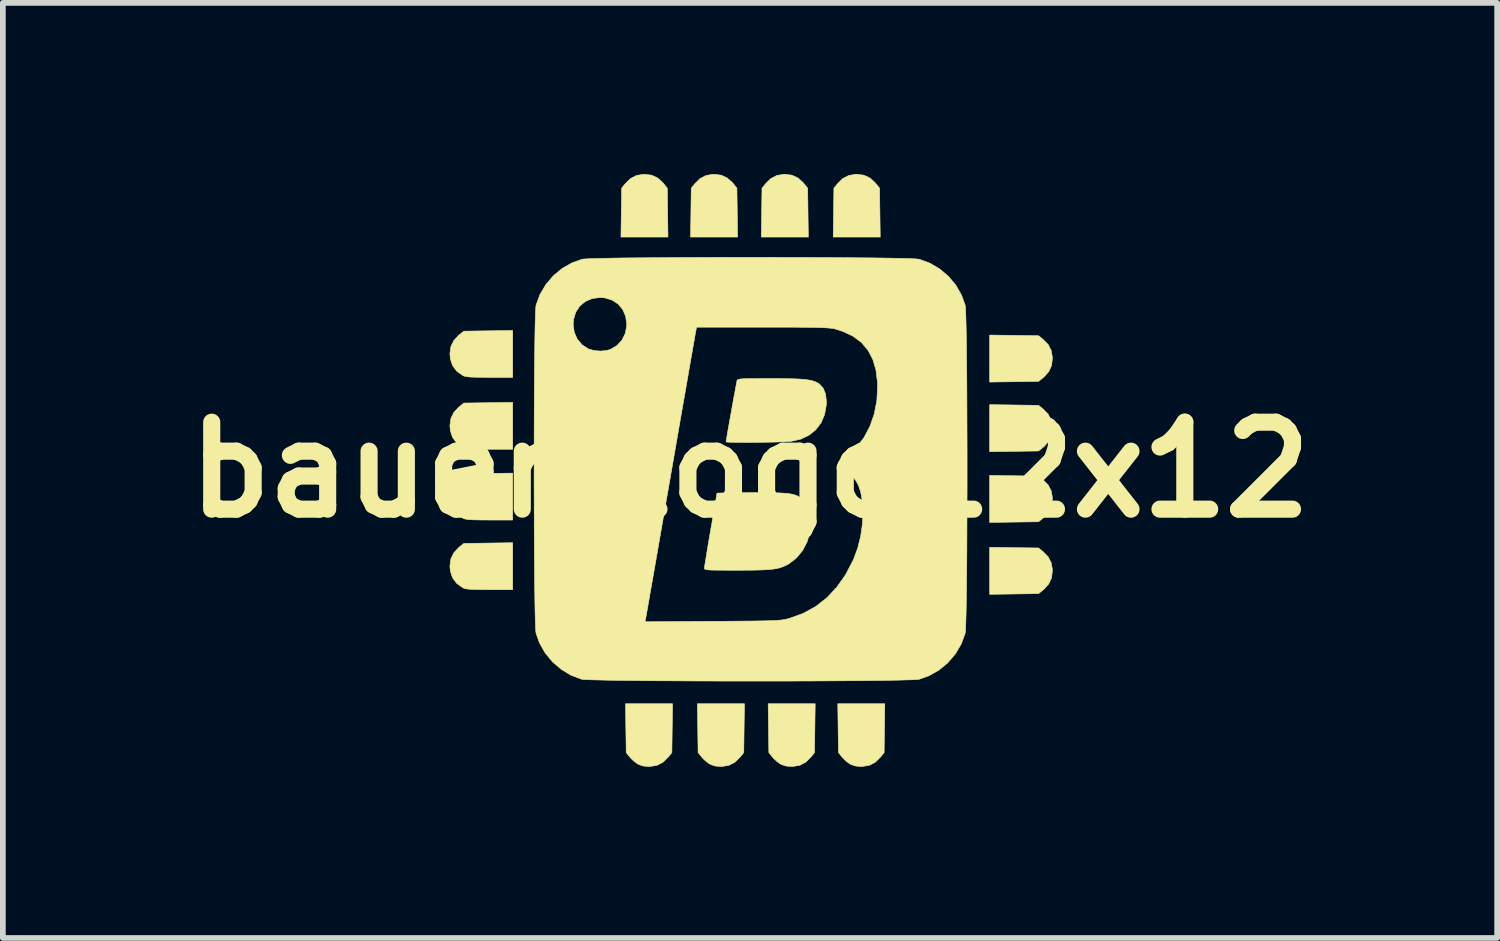
<source format=kicad_pcb>
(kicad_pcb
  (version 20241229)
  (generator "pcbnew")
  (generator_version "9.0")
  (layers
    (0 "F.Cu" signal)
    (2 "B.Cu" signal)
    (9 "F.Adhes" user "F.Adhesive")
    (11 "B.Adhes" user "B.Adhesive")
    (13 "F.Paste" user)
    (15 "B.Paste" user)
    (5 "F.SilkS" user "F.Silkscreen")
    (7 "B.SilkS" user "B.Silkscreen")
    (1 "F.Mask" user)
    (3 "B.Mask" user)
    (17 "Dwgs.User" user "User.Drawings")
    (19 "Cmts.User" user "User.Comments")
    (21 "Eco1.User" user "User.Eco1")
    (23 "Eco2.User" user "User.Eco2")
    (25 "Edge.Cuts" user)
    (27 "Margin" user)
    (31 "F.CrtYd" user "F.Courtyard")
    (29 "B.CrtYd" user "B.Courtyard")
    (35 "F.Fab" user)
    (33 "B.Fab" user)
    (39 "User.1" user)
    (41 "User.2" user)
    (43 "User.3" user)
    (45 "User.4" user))
  (footprint "bauerslogo12x12"
    (layer "F.Cu")
    (at 10.095 5.184)
    (property "Reference" "bauerslogo12x12" (at 0 0 0) (layer "F.SilkS") (effects (font (size 1.524 1.524) (thickness 0.3))))
    (attr through_hole)
    (fp_poly (pts (xy -1.726 -5.164) (xy -1.62 -5.115) (xy -1.526 -5.031) (xy -1.512 -5.013) (xy -1.45 -4.936) (xy -1.438 -4.08) (xy -2.262 -4.08) (xy -2.256 -4.508) (xy -2.25 -4.936) (xy -2.188 -5.013) (xy -2.096 -5.104) (xy -1.992 -5.158) (xy -1.872 -5.179) (xy -1.85 -5.179) (xy -1.726 -5.164)) (stroke (width 0.01) (type solid)) (fill yes) (layer "F.SilkS"))
    (fp_poly (pts (xy -0.506 -5.164) (xy -0.4 -5.115) (xy -0.306 -5.031) (xy -0.292 -5.013) (xy -0.23 -4.936) (xy -0.218 -4.08) (xy -1.042 -4.08) (xy -1.036 -4.508) (xy -1.03 -4.936) (xy -0.968 -5.013) (xy -0.876 -5.104) (xy -0.772 -5.158) (xy -0.652 -5.179) (xy -0.63 -5.179) (xy -0.506 -5.164)) (stroke (width 0.01) (type solid)) (fill yes) (layer "F.SilkS"))
    (fp_poly (pts (xy 0.734 -5.164) (xy 0.84 -5.115) (xy 0.934 -5.031) (xy 0.948 -5.013) (xy 1.01 -4.936) (xy 1.022 -4.08) (xy 0.198 -4.08) (xy 0.204 -4.508) (xy 0.21 -4.936) (xy 0.272 -5.013) (xy 0.364 -5.104) (xy 0.468 -5.158) (xy 0.588 -5.179) (xy 0.61 -5.179) (xy 0.734 -5.164)) (stroke (width 0.01) (type solid)) (fill yes) (layer "F.SilkS"))
    (fp_poly (pts (xy 1.994 -5.164) (xy 2.1 -5.115) (xy 2.194 -5.031) (xy 2.208 -5.013) (xy 2.27 -4.936) (xy 2.282 -4.08) (xy 1.458 -4.08) (xy 1.464 -4.508) (xy 1.47 -4.936) (xy 1.532 -5.013) (xy 1.624 -5.104) (xy 1.728 -5.158) (xy 1.848 -5.179) (xy 1.87 -5.179) (xy 1.994 -5.164)) (stroke (width 0.01) (type solid)) (fill yes) (layer "F.SilkS"))
    (fp_poly (pts (xy 4.628 -2.356) (xy 5.056 -2.35) (xy 5.133 -2.288) (xy 5.224 -2.196) (xy 5.278 -2.092) (xy 5.299 -1.972) (xy 5.299 -1.95) (xy 5.284 -1.826) (xy 5.235 -1.72) (xy 5.151 -1.626) (xy 5.133 -1.612) (xy 5.056 -1.55) (xy 4.628 -1.544) (xy 4.2 -1.538) (xy 4.2 -2.362) (xy 4.628 -2.356)) (stroke (width 0.01) (type solid)) (fill yes) (layer "F.SilkS"))
    (fp_poly (pts (xy 4.628 -1.136) (xy 5.056 -1.13) (xy 5.133 -1.068) (xy 5.224 -0.976) (xy 5.278 -0.872) (xy 5.299 -0.752) (xy 5.299 -0.73) (xy 5.284 -0.606) (xy 5.235 -0.5) (xy 5.151 -0.406) (xy 5.133 -0.392) (xy 5.056 -0.33) (xy 4.628 -0.324) (xy 4.2 -0.318) (xy 4.2 -1.142) (xy 4.628 -1.136)) (stroke (width 0.01) (type solid)) (fill yes) (layer "F.SilkS"))
    (fp_poly (pts (xy 4.628 0.104) (xy 5.056 0.11) (xy 5.133 0.172) (xy 5.224 0.264) (xy 5.278 0.368) (xy 5.299 0.488) (xy 5.299 0.51) (xy 5.284 0.634) (xy 5.235 0.74) (xy 5.151 0.834) (xy 5.133 0.848) (xy 5.056 0.91) (xy 4.628 0.916) (xy 4.2 0.922) (xy 4.2 0.098) (xy 4.628 0.104)) (stroke (width 0.01) (type solid)) (fill yes) (layer "F.SilkS"))
    (fp_poly (pts (xy 4.628 1.364) (xy 5.056 1.37) (xy 5.133 1.432) (xy 5.224 1.524) (xy 5.278 1.628) (xy 5.299 1.748) (xy 5.299 1.77) (xy 5.284 1.894) (xy 5.235 2) (xy 5.151 2.094) (xy 5.133 2.108) (xy 5.056 2.17) (xy 4.628 2.176) (xy 4.2 2.182) (xy 4.2 1.358) (xy 4.628 1.364)) (stroke (width 0.01) (type solid)) (fill yes) (layer "F.SilkS"))
    (fp_poly (pts (xy -1.364 4.528) (xy -1.37 4.956) (xy -1.432 5.033) (xy -1.524 5.124) (xy -1.628 5.178) (xy -1.748 5.199) (xy -1.77 5.199) (xy -1.867 5.192) (xy -1.944 5.167) (xy -1.968 5.155) (xy -2.031 5.11) (xy -2.092 5.052) (xy -2.108 5.033) (xy -2.17 4.956) (xy -2.176 4.528) (xy -2.182 4.1) (xy -1.358 4.1) (xy -1.364 4.528)) (stroke (width 0.01) (type solid)) (fill yes) (layer "F.SilkS"))
    (fp_poly (pts (xy -0.104 4.528) (xy -0.11 4.956) (xy -0.172 5.033) (xy -0.264 5.124) (xy -0.368 5.178) (xy -0.488 5.199) (xy -0.51 5.199) (xy -0.607 5.192) (xy -0.684 5.167) (xy -0.708 5.155) (xy -0.771 5.11) (xy -0.832 5.052) (xy -0.848 5.033) (xy -0.91 4.956) (xy -0.916 4.528) (xy -0.922 4.1) (xy -0.098 4.1) (xy -0.104 4.528)) (stroke (width 0.01) (type solid)) (fill yes) (layer "F.SilkS"))
    (fp_poly (pts (xy 1.136 4.528) (xy 1.13 4.956) (xy 1.068 5.033) (xy 0.976 5.124) (xy 0.872 5.178) (xy 0.752 5.199) (xy 0.73 5.199) (xy 0.633 5.192) (xy 0.556 5.167) (xy 0.532 5.155) (xy 0.469 5.11) (xy 0.408 5.052) (xy 0.392 5.033) (xy 0.33 4.956) (xy 0.324 4.528) (xy 0.318 4.1) (xy 1.142 4.1) (xy 1.136 4.528)) (stroke (width 0.01) (type solid)) (fill yes) (layer "F.SilkS"))
    (fp_poly (pts (xy 2.356 4.528) (xy 2.35 4.956) (xy 2.288 5.033) (xy 2.196 5.124) (xy 2.092 5.178) (xy 1.972 5.199) (xy 1.95 5.199) (xy 1.853 5.192) (xy 1.776 5.167) (xy 1.752 5.155) (xy 1.689 5.11) (xy 1.628 5.052) (xy 1.612 5.033) (xy 1.55 4.956) (xy 1.544 4.528) (xy 1.538 4.1) (xy 2.362 4.1) (xy 2.356 4.528)) (stroke (width 0.01) (type solid)) (fill yes) (layer "F.SilkS"))
    (fp_poly (pts (xy -4.16 -1.62) (xy -4.565 -1.62) (xy -4.71 -1.621) (xy -4.821 -1.623) (xy -4.903 -1.626) (xy -4.961 -1.632) (xy -5.002 -1.64) (xy -5.03 -1.651) (xy -5.138 -1.727) (xy -5.212 -1.825) (xy -5.252 -1.944) (xy -5.26 -2.034) (xy -5.243 -2.158) (xy -5.192 -2.265) (xy -5.104 -2.359) (xy -5.093 -2.368) (xy -5.016 -2.43) (xy -4.588 -2.436) (xy -4.16 -2.442) (xy -4.16 -1.62)) (stroke (width 0.01) (type solid)) (fill yes) (layer "F.SilkS"))
    (fp_poly (pts (xy -4.16 -0.36) (xy -4.565 -0.36) (xy -4.71 -0.361) (xy -4.821 -0.363) (xy -4.903 -0.366) (xy -4.961 -0.372) (xy -5.002 -0.38) (xy -5.03 -0.391) (xy -5.138 -0.467) (xy -5.212 -0.565) (xy -5.252 -0.684) (xy -5.26 -0.774) (xy -5.243 -0.898) (xy -5.192 -1.005) (xy -5.104 -1.099) (xy -5.093 -1.108) (xy -5.016 -1.17) (xy -4.588 -1.176) (xy -4.16 -1.182) (xy -4.16 -0.36)) (stroke (width 0.01) (type solid)) (fill yes) (layer "F.SilkS"))
    (fp_poly (pts (xy -4.16 0.88) (xy -4.565 0.88) (xy -4.71 0.879) (xy -4.821 0.877) (xy -4.903 0.874) (xy -4.961 0.868) (xy -5.002 0.86) (xy -5.03 0.849) (xy -5.138 0.773) (xy -5.212 0.675) (xy -5.252 0.556) (xy -5.26 0.466) (xy -5.243 0.342) (xy -5.192 0.235) (xy -5.104 0.141) (xy -5.093 0.132) (xy -5.016 0.07) (xy -4.588 0.064) (xy -4.16 0.058) (xy -4.16 0.88)) (stroke (width 0.01) (type solid)) (fill yes) (layer "F.SilkS"))
    (fp_poly (pts (xy -4.16 2.1) (xy -4.565 2.1) (xy -4.71 2.099) (xy -4.821 2.097) (xy -4.903 2.094) (xy -4.961 2.088) (xy -5.002 2.08) (xy -5.03 2.069) (xy -5.138 1.993) (xy -5.212 1.895) (xy -5.252 1.776) (xy -5.26 1.686) (xy -5.243 1.562) (xy -5.192 1.455) (xy -5.104 1.361) (xy -5.093 1.352) (xy -5.016 1.29) (xy -4.588 1.284) (xy -4.16 1.278) (xy -4.16 2.1)) (stroke (width 0.01) (type solid)) (fill yes) (layer "F.SilkS"))
    (fp_poly (pts (xy 0.356 -1.6) (xy 0.554 -1.599) (xy 0.716 -1.596) (xy 0.847 -1.592) (xy 0.951 -1.584) (xy 1.034 -1.573) (xy 1.099 -1.559) (xy 1.152 -1.54) (xy 1.196 -1.516) (xy 1.216 -1.503) (xy 1.282 -1.431) (xy 1.323 -1.33) (xy 1.338 -1.201) (xy 1.336 -1.135) (xy 1.307 -0.969) (xy 1.245 -0.824) (xy 1.152 -0.702) (xy 1.031 -0.605) (xy 0.883 -0.536) (xy 0.73 -0.501) (xy 0.679 -0.496) (xy 0.6 -0.492) (xy 0.498 -0.488) (xy 0.381 -0.485) (xy 0.253 -0.483) (xy 0.121 -0.481) (xy -0.009 -0.48) (xy -0.131 -0.48) (xy -0.239 -0.481) (xy -0.327 -0.483) (xy -0.389 -0.485) (xy -0.418 -0.489) (xy -0.42 -0.491) (xy -0.417 -0.514) (xy -0.407 -0.571) (xy -0.393 -0.655) (xy -0.375 -0.758) (xy -0.354 -0.876) (xy -0.331 -1.002) (xy -0.309 -1.128) (xy -0.287 -1.25) (xy -0.266 -1.361) (xy -0.249 -1.453) (xy -0.236 -1.522) (xy -0.229 -1.56) (xy -0.228 -1.565) (xy -0.222 -1.575) (xy -0.209 -1.583) (xy -0.185 -1.589) (xy -0.144 -1.594) (xy -0.083 -1.597) (xy 0.002 -1.598) (xy 0.117 -1.599) (xy 0.265 -1.6) (xy 0.356 -1.6)) (stroke (width 0.01) (type solid)) (fill yes) (layer "F.SilkS"))
    (fp_poly (pts (xy 0.23 0.4) (xy 0.388 0.402) (xy 0.515 0.405) (xy 0.616 0.411) (xy 0.695 0.42) (xy 0.758 0.432) (xy 0.809 0.448) (xy 0.852 0.469) (xy 0.892 0.496) (xy 0.911 0.509) (xy 0.986 0.582) (xy 1.036 0.668) (xy 1.062 0.776) (xy 1.069 0.9) (xy 1.051 1.088) (xy 1.001 1.262) (xy 0.92 1.416) (xy 0.812 1.546) (xy 0.678 1.649) (xy 0.63 1.675) (xy 0.578 1.698) (xy 0.523 1.717) (xy 0.459 1.732) (xy 0.381 1.743) (xy 0.286 1.751) (xy 0.167 1.756) (xy 0.019 1.759) (xy -0.161 1.76) (xy -0.231 1.76) (xy -0.397 1.76) (xy -0.527 1.759) (xy -0.626 1.758) (xy -0.698 1.756) (xy -0.747 1.752) (xy -0.777 1.747) (xy -0.793 1.74) (xy -0.799 1.731) (xy -0.8 1.725) (xy -0.797 1.697) (xy -0.787 1.635) (xy -0.772 1.544) (xy -0.753 1.428) (xy -0.731 1.293) (xy -0.705 1.143) (xy -0.69 1.056) (xy -0.663 0.902) (xy -0.639 0.76) (xy -0.618 0.637) (xy -0.6 0.535) (xy -0.588 0.461) (xy -0.581 0.419) (xy -0.58 0.411) (xy -0.561 0.408) (xy -0.506 0.406) (xy -0.422 0.404) (xy -0.311 0.402) (xy -0.18 0.401) (xy -0.034 0.4) (xy 0.037 0.4) (xy 0.23 0.4)) (stroke (width 0.01) (type solid)) (fill yes) (layer "F.SilkS"))
    (fp_poly (pts (xy 0.245 -3.724) (xy 0.545 -3.723) (xy 0.84 -3.723) (xy 1.127 -3.721) (xy 1.404 -3.72) (xy 1.668 -3.718) (xy 1.915 -3.716) (xy 2.143 -3.714) (xy 2.349 -3.711) (xy 2.531 -3.708) (xy 2.685 -3.705) (xy 2.808 -3.701) (xy 2.899 -3.697) (xy 2.954 -3.692) (xy 2.966 -3.69) (xy 3.154 -3.621) (xy 3.327 -3.518) (xy 3.481 -3.387) (xy 3.61 -3.231) (xy 3.709 -3.056) (xy 3.77 -2.886) (xy 3.775 -2.848) (xy 3.779 -2.773) (xy 3.783 -2.664) (xy 3.787 -2.523) (xy 3.79 -2.353) (xy 3.793 -2.158) (xy 3.795 -1.94) (xy 3.798 -1.702) (xy 3.8 -1.447) (xy 3.801 -1.178) (xy 3.802 -0.897) (xy 3.803 -0.607) (xy 3.804 -0.312) (xy 3.804 -0.014) (xy 3.804 0.285) (xy 3.803 0.58) (xy 3.802 0.87) (xy 3.801 1.151) (xy 3.8 1.421) (xy 3.798 1.676) (xy 3.795 1.915) (xy 3.793 2.133) (xy 3.79 2.329) (xy 3.787 2.499) (xy 3.783 2.64) (xy 3.779 2.751) (xy 3.775 2.827) (xy 3.77 2.865) (xy 3.77 2.866) (xy 3.701 3.054) (xy 3.598 3.227) (xy 3.467 3.381) (xy 3.311 3.51) (xy 3.136 3.609) (xy 2.966 3.67) (xy 2.929 3.675) (xy 2.855 3.679) (xy 2.746 3.682) (xy 2.606 3.686) (xy 2.437 3.689) (xy 2.242 3.692) (xy 2.024 3.694) (xy 1.786 3.696) (xy 1.53 3.698) (xy 1.26 3.7) (xy 0.977 3.701) (xy 0.685 3.702) (xy 0.387 3.702) (xy 0.086 3.702) (xy -0.216 3.702) (xy -0.517 3.702) (xy -0.812 3.701) (xy -1.1 3.7) (xy -1.377 3.698) (xy -1.641 3.697) (xy -1.889 3.695) (xy -2.118 3.692) (xy -2.326 3.69) (xy -2.508 3.687) (xy -2.664 3.683) (xy -2.79 3.68) (xy -2.882 3.676) (xy -2.939 3.672) (xy -2.955 3.669) (xy -3.14 3.599) (xy -3.311 3.495) (xy -3.464 3.363) (xy -3.592 3.207) (xy -3.691 3.032) (xy -3.75 2.866) (xy -3.755 2.828) (xy -3.759 2.753) (xy -3.762 2.663) (xy -1.841 2.663) (xy -0.656 2.655) (xy -0.408 2.654) (xy -0.196 2.652) (xy -0.018 2.651) (xy 0.13 2.649) (xy 0.253 2.647) (xy 0.352 2.644) (xy 0.432 2.641) (xy 0.496 2.637) (xy 0.547 2.633) (xy 0.589 2.627) (xy 0.625 2.62) (xy 0.658 2.612) (xy 0.69 2.604) (xy 0.93 2.517) (xy 1.149 2.397) (xy 1.347 2.243) (xy 1.522 2.056) (xy 1.676 1.836) (xy 1.808 1.583) (xy 1.818 1.56) (xy 1.888 1.369) (xy 1.939 1.165) (xy 1.969 0.957) (xy 1.98 0.753) (xy 1.97 0.559) (xy 1.939 0.385) (xy 1.899 0.269) (xy 1.855 0.19) (xy 1.787 0.104) (xy 1.709 0.021) (xy 1.631 -0.046) (xy 1.607 -0.062) (xy 1.557 -0.097) (xy 1.544 -0.125) (xy 1.567 -0.151) (xy 1.6 -0.17) (xy 1.664 -0.213) (xy 1.742 -0.279) (xy 1.826 -0.36) (xy 1.906 -0.447) (xy 1.973 -0.532) (xy 1.997 -0.565) (xy 2.1 -0.759) (xy 2.176 -0.975) (xy 2.222 -1.207) (xy 2.236 -1.448) (xy 2.234 -1.532) (xy 2.207 -1.748) (xy 2.152 -1.936) (xy 2.067 -2.096) (xy 1.953 -2.231) (xy 1.808 -2.34) (xy 1.633 -2.424) (xy 1.491 -2.469) (xy 1.46 -2.476) (xy 1.421 -2.481) (xy 1.37 -2.486) (xy 1.306 -2.49) (xy 1.223 -2.493) (xy 1.119 -2.496) (xy 0.991 -2.497) (xy 0.835 -2.499) (xy 0.648 -2.5) (xy 0.428 -2.5) (xy 0.217 -2.5) (xy -0.937 -2.5) (xy -0.948 -2.445) (xy -0.953 -2.419) (xy -0.964 -2.355) (xy -0.981 -2.258) (xy -1.004 -2.128) (xy -1.032 -1.968) (xy -1.065 -1.781) (xy -1.101 -1.569) (xy -1.142 -1.335) (xy -1.187 -1.08) (xy -1.234 -0.808) (xy -1.284 -0.521) (xy -1.336 -0.221) (xy -1.39 0.089) (xy -1.39 0.09) (xy -1.444 0.4) (xy -1.496 0.7) (xy -1.546 0.987) (xy -1.593 1.258) (xy -1.637 1.512) (xy -1.678 1.746) (xy -1.715 1.957) (xy -1.748 2.143) (xy -1.775 2.302) (xy -1.798 2.431) (xy -1.815 2.528) (xy -1.826 2.591) (xy -1.831 2.616) (xy -1.831 2.616) (xy -1.841 2.663) (xy -3.762 2.663) (xy -3.763 2.644) (xy -3.767 2.503) (xy -3.77 2.333) (xy -3.773 2.138) (xy -3.775 1.92) (xy -3.778 1.682) (xy -3.78 1.427) (xy -3.781 1.158) (xy -3.782 0.877) (xy -3.783 0.587) (xy -3.784 0.292) (xy -3.784 -0.006) (xy -3.784 -0.305) (xy -3.783 -0.6) (xy -3.782 -0.89) (xy -3.781 -1.171) (xy -3.78 -1.441) (xy -3.778 -1.696) (xy -3.775 -1.935) (xy -3.773 -2.153) (xy -3.77 -2.349) (xy -3.767 -2.519) (xy -3.766 -2.554) (xy -3.1 -2.554) (xy -3.082 -2.416) (xy -3.03 -2.294) (xy -2.947 -2.194) (xy -2.835 -2.12) (xy -2.83 -2.118) (xy -2.737 -2.091) (xy -2.626 -2.081) (xy -2.517 -2.09) (xy -2.444 -2.111) (xy -2.331 -2.179) (xy -2.243 -2.274) (xy -2.186 -2.392) (xy -2.161 -2.526) (xy -2.161 -2.55) (xy -2.179 -2.688) (xy -2.23 -2.807) (xy -2.31 -2.904) (xy -2.415 -2.974) (xy -2.542 -3.013) (xy -2.63 -3.02) (xy -2.767 -3.002) (xy -2.886 -2.951) (xy -2.983 -2.871) (xy -3.053 -2.766) (xy -3.092 -2.64) (xy -3.1 -2.554) (xy -3.766 -2.554) (xy -3.763 -2.66) (xy -3.759 -2.771) (xy -3.755 -2.847) (xy -3.75 -2.885) (xy -3.75 -2.886) (xy -3.681 -3.074) (xy -3.578 -3.247) (xy -3.447 -3.401) (xy -3.291 -3.53) (xy -3.116 -3.629) (xy -2.946 -3.69) (xy -2.908 -3.695) (xy -2.833 -3.699) (xy -2.724 -3.703) (xy -2.583 -3.706) (xy -2.414 -3.71) (xy -2.218 -3.713) (xy -2 -3.715) (xy -1.761 -3.717) (xy -1.504 -3.719) (xy -1.233 -3.721) (xy -0.95 -3.722) (xy -0.658 -3.723) (xy -0.36 -3.724) (xy -0.058 -3.724) (xy 0.245 -3.724)) (stroke (width 0.01) (type solid)) (fill yes) (layer "F.SilkS")))
  (gr_rect
    (start -3 -3)
    (end 23.189 13.389)
    (stroke (width 0.1) (type default))
    (fill no)
    (layer "Edge.Cuts")))
</source>
